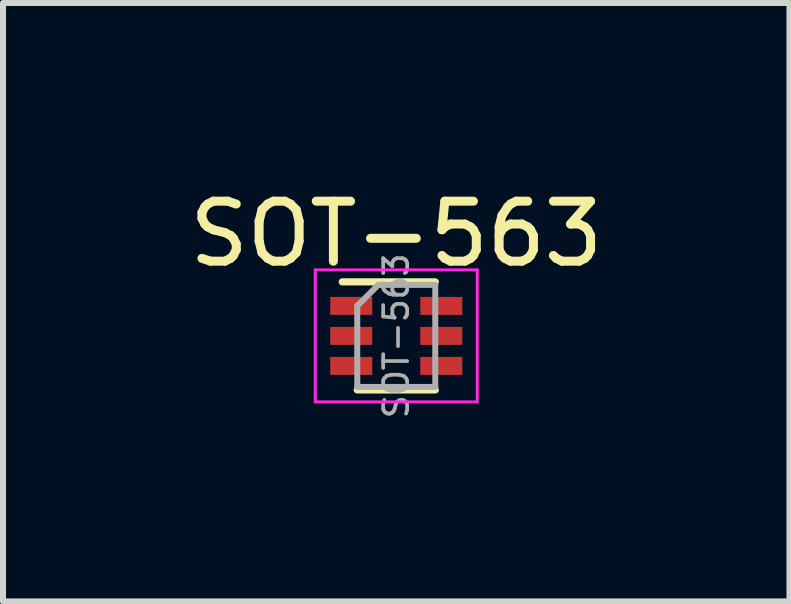
<source format=kicad_pcb>
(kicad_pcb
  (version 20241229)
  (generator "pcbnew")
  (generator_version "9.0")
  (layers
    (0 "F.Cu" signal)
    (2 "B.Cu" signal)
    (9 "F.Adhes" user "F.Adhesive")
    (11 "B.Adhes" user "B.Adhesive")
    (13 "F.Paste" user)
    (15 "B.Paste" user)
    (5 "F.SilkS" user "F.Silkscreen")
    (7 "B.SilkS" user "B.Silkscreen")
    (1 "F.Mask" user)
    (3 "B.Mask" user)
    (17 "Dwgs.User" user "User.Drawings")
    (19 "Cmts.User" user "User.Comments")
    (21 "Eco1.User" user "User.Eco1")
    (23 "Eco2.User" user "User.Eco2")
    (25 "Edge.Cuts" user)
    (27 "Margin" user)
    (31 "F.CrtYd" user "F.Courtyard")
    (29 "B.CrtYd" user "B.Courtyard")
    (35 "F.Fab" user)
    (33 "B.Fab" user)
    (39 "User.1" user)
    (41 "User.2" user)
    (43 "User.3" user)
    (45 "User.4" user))
  (footprint "SOT-563"
    (layer "F.Cu")
    (at 3.554 2.548)
    (property "Reference" "SOT-563" (at 0 -1.7 0) (layer "F.SilkS") (effects (font (size 1 1) (thickness 0.15))))
    (attr smd)
    (fp_line (start -0.9 -0.9) (end 0.65 -0.9) (stroke (width 0.12) (type solid)) (layer "F.SilkS"))
    (fp_line (start 0.65 0.9) (end -0.65 0.9) (stroke (width 0.12) (type solid)) (layer "F.SilkS"))
    (fp_line (start -1.35 -1.1) (end -1.35 1.1) (stroke (width 0.05) (type solid)) (layer "F.CrtYd"))
    (fp_line (start -1.35 -1.1) (end 1.35 -1.1) (stroke (width 0.05) (type solid)) (layer "F.CrtYd"))
    (fp_line (start 1.35 1.1) (end -1.35 1.1) (stroke (width 0.05) (type solid)) (layer "F.CrtYd"))
    (fp_line (start 1.35 1.1) (end 1.35 -1.1) (stroke (width 0.05) (type solid)) (layer "F.CrtYd"))
    (fp_line (start -0.65 -0.5) (end -0.65 0.85) (stroke (width 0.1) (type solid)) (layer "F.Fab"))
    (fp_line (start -0.65 -0.5) (end -0.3 -0.85) (stroke (width 0.1) (type solid)) (layer "F.Fab"))
    (fp_line (start -0.65 0.85) (end 0.65 0.85) (stroke (width 0.1) (type solid)) (layer "F.Fab"))
    (fp_line (start 0.65 -0.85) (end -0.3 -0.85) (stroke (width 0.1) (type solid)) (layer "F.Fab"))
    (fp_line (start 0.65 0.85) (end 0.65 -0.85) (stroke (width 0.1) (type solid)) (layer "F.Fab"))
    (fp_text user "${REFERENCE}" (at 0 0 90) (layer "F.Fab") (effects (font (size 0.4 0.4) (thickness 0.062))))
    (pad "1" smd rect (at -0.75 -0.5) (size 0.7 0.3) (layers "F.Cu" "F.Mask" "F.Paste"))
    (pad "2" smd rect (at -0.75 0) (size 0.7 0.3) (layers "F.Cu" "F.Mask" "F.Paste"))
    (pad "3" smd rect (at -0.75 0.5) (size 0.7 0.3) (layers "F.Cu" "F.Mask" "F.Paste"))
    (pad "4" smd rect (at 0.75 0.5) (size 0.7 0.3) (layers "F.Cu" "F.Mask" "F.Paste"))
    (pad "5" smd rect (at 0.75 0) (size 0.7 0.3) (layers "F.Cu" "F.Mask" "F.Paste"))
    (pad "6" smd rect (at 0.75 -0.5) (size 0.7 0.3) (layers "F.Cu" "F.Mask" "F.Paste")))
  (gr_rect
    (start -3 -3)
    (end 10.107 6.973)
    (stroke (width 0.1) (type default))
    (fill no)
    (layer "Edge.Cuts")))
</source>
